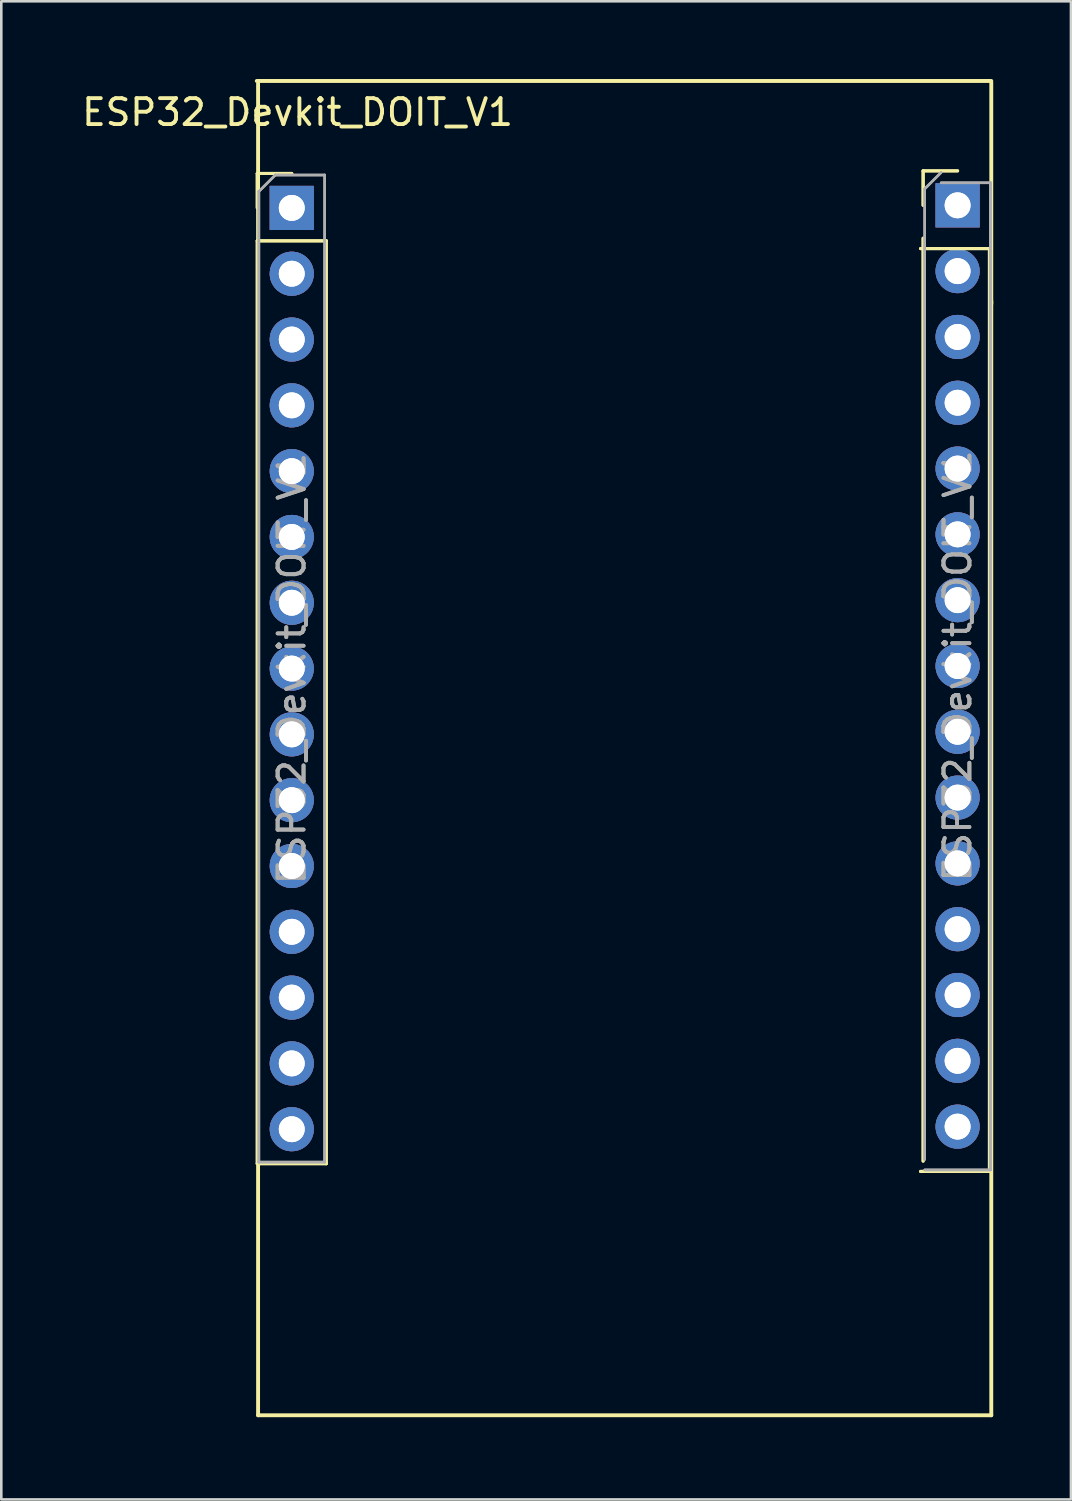
<source format=kicad_pcb>
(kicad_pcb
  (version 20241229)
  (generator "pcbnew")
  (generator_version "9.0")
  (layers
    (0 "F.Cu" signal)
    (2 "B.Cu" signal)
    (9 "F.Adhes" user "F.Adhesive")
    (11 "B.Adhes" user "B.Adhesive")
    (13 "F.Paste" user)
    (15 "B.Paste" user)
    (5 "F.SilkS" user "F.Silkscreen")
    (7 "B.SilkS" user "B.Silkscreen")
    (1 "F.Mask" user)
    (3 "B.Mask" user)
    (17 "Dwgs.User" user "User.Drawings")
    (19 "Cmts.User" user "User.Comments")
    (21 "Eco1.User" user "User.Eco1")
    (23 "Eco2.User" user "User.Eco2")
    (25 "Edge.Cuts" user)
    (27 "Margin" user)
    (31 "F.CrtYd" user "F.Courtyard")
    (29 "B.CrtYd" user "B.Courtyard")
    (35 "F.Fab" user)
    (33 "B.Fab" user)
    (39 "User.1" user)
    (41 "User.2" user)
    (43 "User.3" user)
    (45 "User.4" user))
  (footprint "ESP32_Devkit_DOIT_V1"
    (layer "F.Cu")
    (at 6.911 51.575)
    (property "Reference" "ESP32_Devkit_DOIT_V1" (at 1.524 -50.292 180) (layer "F.SilkS") (effects (font (size 1 1) (thickness 0.15))))
    (attr through_hole)
    (fp_line (start -0.03 -47.93) (end 1.3 -47.93) (stroke (width 0.12) (type solid)) (layer "F.SilkS"))
    (fp_line (start -0.03 -47.93) (end 1.3 -47.93) (stroke (width 0.12) (type solid)) (layer "F.SilkS"))
    (fp_line (start -0.03 -46.6) (end -0.03 -47.93) (stroke (width 0.12) (type solid)) (layer "F.SilkS"))
    (fp_line (start -0.03 -46.6) (end -0.03 -47.93) (stroke (width 0.12) (type solid)) (layer "F.SilkS"))
    (fp_line (start -0.03 -45.33) (end -0.03 -9.71) (stroke (width 0.12) (type solid)) (layer "F.SilkS"))
    (fp_line (start -0.03 -45.33) (end -0.03 -9.71) (stroke (width 0.12) (type solid)) (layer "F.SilkS"))
    (fp_line (start -0.03 -45.33) (end 2.63 -45.33) (stroke (width 0.12) (type solid)) (layer "F.SilkS"))
    (fp_line (start -0.03 -45.33) (end 2.63 -45.33) (stroke (width 0.12) (type solid)) (layer "F.SilkS"))
    (fp_line (start -0.03 -9.71) (end 2.63 -9.71) (stroke (width 0.12) (type solid)) (layer "F.SilkS"))
    (fp_line (start -0.03 -9.71) (end 2.63 -9.71) (stroke (width 0.12) (type solid)) (layer "F.SilkS"))
    (fp_line (start 0 -51.4) (end 0 0) (stroke (width 0.15) (type solid)) (layer "F.SilkS"))
    (fp_line (start 0 0) (end 28.3 0) (stroke (width 0.15) (type solid)) (layer "F.SilkS"))
    (fp_line (start 2.63 -45.33) (end 2.63 -9.71) (stroke (width 0.12) (type solid)) (layer "F.SilkS"))
    (fp_line (start 2.63 -45.33) (end 2.63 -9.71) (stroke (width 0.12) (type solid)) (layer "F.SilkS"))
    (fp_line (start 25.57 -45.03) (end 28.23 -45.03) (stroke (width 0.12) (type solid)) (layer "F.SilkS"))
    (fp_line (start 25.57 -45.03) (end 28.23 -45.03) (stroke (width 0.12) (type solid)) (layer "F.SilkS"))
    (fp_line (start 25.57 -9.41) (end 28.23 -9.41) (stroke (width 0.12) (type solid)) (layer "F.SilkS"))
    (fp_line (start 25.57 -9.41) (end 28.23 -9.41) (stroke (width 0.12) (type solid)) (layer "F.SilkS"))
    (fp_line (start 25.67 -48.03) (end 27 -48.03) (stroke (width 0.12) (type solid)) (layer "F.SilkS"))
    (fp_line (start 25.67 -48.03) (end 27 -48.03) (stroke (width 0.12) (type solid)) (layer "F.SilkS"))
    (fp_line (start 25.67 -46.7) (end 25.67 -48.03) (stroke (width 0.12) (type solid)) (layer "F.SilkS"))
    (fp_line (start 25.67 -46.7) (end 25.67 -48.03) (stroke (width 0.12) (type solid)) (layer "F.SilkS"))
    (fp_line (start 25.67 -45.43) (end 25.67 -9.81) (stroke (width 0.12) (type solid)) (layer "F.SilkS"))
    (fp_line (start 25.67 -45.43) (end 25.67 -9.81) (stroke (width 0.12) (type solid)) (layer "F.SilkS"))
    (fp_line (start 28.23 -45.03) (end 28.23 -9.41) (stroke (width 0.12) (type solid)) (layer "F.SilkS"))
    (fp_line (start 28.23 -45.03) (end 28.23 -9.41) (stroke (width 0.12) (type solid)) (layer "F.SilkS"))
    (fp_line (start 28.3 -51.5) (end -0.05 -51.5) (stroke (width 0.15) (type solid)) (layer "F.SilkS"))
    (fp_line (start 28.3 -42.9) (end 28.3 -51.45) (stroke (width 0.15) (type solid)) (layer "F.SilkS"))
    (fp_line (start 28.3 0) (end 28.3 -43) (stroke (width 0.15) (type solid)) (layer "F.SilkS"))
    (fp_line (start 0.03 -47.235) (end 0.665 -47.87) (stroke (width 0.1) (type solid)) (layer "F.Fab"))
    (fp_line (start 0.03 -47.235) (end 0.665 -47.87) (stroke (width 0.1) (type solid)) (layer "F.Fab"))
    (fp_line (start 0.03 -9.77) (end 0.03 -47.235) (stroke (width 0.1) (type solid)) (layer "F.Fab"))
    (fp_line (start 0.03 -9.77) (end 0.03 -47.235) (stroke (width 0.1) (type solid)) (layer "F.Fab"))
    (fp_line (start 0.665 -47.87) (end 2.57 -47.87) (stroke (width 0.1) (type solid)) (layer "F.Fab"))
    (fp_line (start 0.665 -47.87) (end 2.57 -47.87) (stroke (width 0.1) (type solid)) (layer "F.Fab"))
    (fp_line (start 2.57 -47.87) (end 2.57 -9.77) (stroke (width 0.1) (type solid)) (layer "F.Fab"))
    (fp_line (start 2.57 -47.87) (end 2.57 -9.77) (stroke (width 0.1) (type solid)) (layer "F.Fab"))
    (fp_line (start 2.57 -9.77) (end 0.03 -9.77) (stroke (width 0.1) (type solid)) (layer "F.Fab"))
    (fp_line (start 2.57 -9.77) (end 0.03 -9.77) (stroke (width 0.1) (type solid)) (layer "F.Fab"))
    (fp_line (start 25.73 -47.335) (end 26.365 -47.97) (stroke (width 0.1) (type solid)) (layer "F.Fab"))
    (fp_line (start 25.73 -47.335) (end 26.365 -47.97) (stroke (width 0.1) (type solid)) (layer "F.Fab"))
    (fp_line (start 25.73 -9.87) (end 25.73 -47.335) (stroke (width 0.1) (type solid)) (layer "F.Fab"))
    (fp_line (start 25.73 -9.87) (end 25.73 -47.335) (stroke (width 0.1) (type solid)) (layer "F.Fab"))
    (fp_line (start 26.365 -47.57) (end 28.27 -47.57) (stroke (width 0.1) (type solid)) (layer "F.Fab"))
    (fp_line (start 26.365 -47.57) (end 28.27 -47.57) (stroke (width 0.1) (type solid)) (layer "F.Fab"))
    (fp_line (start 28.27 -47.57) (end 28.27 -9.47) (stroke (width 0.1) (type solid)) (layer "F.Fab"))
    (fp_line (start 28.27 -47.57) (end 28.27 -9.47) (stroke (width 0.1) (type solid)) (layer "F.Fab"))
    (fp_line (start 28.27 -9.47) (end 25.73 -9.47) (stroke (width 0.1) (type solid)) (layer "F.Fab"))
    (fp_line (start 28.27 -9.47) (end 25.73 -9.47) (stroke (width 0.1) (type solid)) (layer "F.Fab"))
    (fp_text user "${REFERENCE}" (at 27 -28.92 90) (layer "F.Fab") (effects (font (size 1 1) (thickness 0.15))))
    (fp_text user "${REFERENCE}" (at 1.3 -28.82 90) (layer "F.Fab") (effects (font (size 1 1) (thickness 0.15))))
    (fp_text user "${REFERENCE}" (at 1.3 -28.82 90) (layer "F.Fab") (effects (font (size 1 1) (thickness 0.15))))
    (fp_text user "${REFERENCE}" (at 27 -28.92 90) (layer "F.Fab") (effects (font (size 1 1) (thickness 0.15))))
    (pad "1" thru_hole rect (at 1.3 -46.6) (size 1.7 1.7) (drill 1) (layers "*.Cu" "*.Mask"))
    (pad "1" thru_hole rect (at 1.3 -46.6) (size 1.7 1.7) (drill 1) (layers "*.Cu" "*.Mask"))
    (pad "2" thru_hole oval (at 1.3 -44.06) (size 1.7 1.7) (drill 1) (layers "*.Cu" "*.Mask"))
    (pad "2" thru_hole oval (at 1.3 -44.06) (size 1.7 1.7) (drill 1) (layers "*.Cu" "*.Mask"))
    (pad "3" thru_hole oval (at 1.3 -41.52) (size 1.7 1.7) (drill 1) (layers "*.Cu" "*.Mask"))
    (pad "3" thru_hole oval (at 1.3 -41.52) (size 1.7 1.7) (drill 1) (layers "*.Cu" "*.Mask"))
    (pad "4" thru_hole oval (at 1.3 -38.98) (size 1.7 1.7) (drill 1) (layers "*.Cu" "*.Mask"))
    (pad "4" thru_hole oval (at 1.3 -38.98) (size 1.7 1.7) (drill 1) (layers "*.Cu" "*.Mask"))
    (pad "5" thru_hole oval (at 1.3 -36.44) (size 1.7 1.7) (drill 1) (layers "*.Cu" "*.Mask"))
    (pad "5" thru_hole oval (at 1.3 -36.44) (size 1.7 1.7) (drill 1) (layers "*.Cu" "*.Mask"))
    (pad "6" thru_hole oval (at 1.3 -33.9) (size 1.7 1.7) (drill 1) (layers "*.Cu" "*.Mask"))
    (pad "6" thru_hole oval (at 1.3 -33.9) (size 1.7 1.7) (drill 1) (layers "*.Cu" "*.Mask"))
    (pad "7" thru_hole oval (at 1.3 -31.36) (size 1.7 1.7) (drill 1) (layers "*.Cu" "*.Mask"))
    (pad "7" thru_hole oval (at 1.3 -31.36) (size 1.7 1.7) (drill 1) (layers "*.Cu" "*.Mask"))
    (pad "8" thru_hole oval (at 1.3 -28.82) (size 1.7 1.7) (drill 1) (layers "*.Cu" "*.Mask"))
    (pad "8" thru_hole oval (at 1.3 -28.82) (size 1.7 1.7) (drill 1) (layers "*.Cu" "*.Mask"))
    (pad "9" thru_hole oval (at 1.3 -26.28) (size 1.7 1.7) (drill 1) (layers "*.Cu" "*.Mask"))
    (pad "9" thru_hole oval (at 1.3 -26.28) (size 1.7 1.7) (drill 1) (layers "*.Cu" "*.Mask"))
    (pad "10" thru_hole oval (at 1.3 -23.74) (size 1.7 1.7) (drill 1) (layers "*.Cu" "*.Mask"))
    (pad "10" thru_hole oval (at 1.3 -23.74) (size 1.7 1.7) (drill 1) (layers "*.Cu" "*.Mask"))
    (pad "11" thru_hole oval (at 1.3 -21.2) (size 1.7 1.7) (drill 1) (layers "*.Cu" "*.Mask"))
    (pad "11" thru_hole oval (at 1.3 -21.2) (size 1.7 1.7) (drill 1) (layers "*.Cu" "*.Mask"))
    (pad "12" thru_hole oval (at 1.3 -18.66) (size 1.7 1.7) (drill 1) (layers "*.Cu" "*.Mask"))
    (pad "12" thru_hole oval (at 1.3 -18.66) (size 1.7 1.7) (drill 1) (layers "*.Cu" "*.Mask"))
    (pad "13" thru_hole oval (at 1.3 -16.12) (size 1.7 1.7) (drill 1) (layers "*.Cu" "*.Mask"))
    (pad "13" thru_hole oval (at 1.3 -16.12) (size 1.7 1.7) (drill 1) (layers "*.Cu" "*.Mask"))
    (pad "14" thru_hole oval (at 1.3 -13.58) (size 1.7 1.7) (drill 1) (layers "*.Cu" "*.Mask"))
    (pad "14" thru_hole oval (at 1.3 -13.58) (size 1.7 1.7) (drill 1) (layers "*.Cu" "*.Mask"))
    (pad "15" thru_hole oval (at 1.3 -11.04) (size 1.7 1.7) (drill 1) (layers "*.Cu" "*.Mask"))
    (pad "15" thru_hole oval (at 1.3 -11.04) (size 1.7 1.7) (drill 1) (layers "*.Cu" "*.Mask"))
    (pad "16" thru_hole oval (at 27 -11.14) (size 1.7 1.7) (drill 1) (layers "*.Cu" "*.Mask"))
    (pad "16" thru_hole oval (at 27 -11.14) (size 1.7 1.7) (drill 1) (layers "*.Cu" "*.Mask"))
    (pad "17" thru_hole oval (at 27 -13.68) (size 1.7 1.7) (drill 1) (layers "*.Cu" "*.Mask"))
    (pad "17" thru_hole oval (at 27 -13.68) (size 1.7 1.7) (drill 1) (layers "*.Cu" "*.Mask"))
    (pad "18" thru_hole oval (at 27 -16.22) (size 1.7 1.7) (drill 1) (layers "*.Cu" "*.Mask"))
    (pad "18" thru_hole oval (at 27 -16.22) (size 1.7 1.7) (drill 1) (layers "*.Cu" "*.Mask"))
    (pad "19" thru_hole oval (at 27 -18.76) (size 1.7 1.7) (drill 1) (layers "*.Cu" "*.Mask"))
    (pad "19" thru_hole oval (at 27 -18.76) (size 1.7 1.7) (drill 1) (layers "*.Cu" "*.Mask"))
    (pad "20" thru_hole oval (at 27 -21.3) (size 1.7 1.7) (drill 1) (layers "*.Cu" "*.Mask"))
    (pad "20" thru_hole oval (at 27 -21.3) (size 1.7 1.7) (drill 1) (layers "*.Cu" "*.Mask"))
    (pad "21" thru_hole oval (at 27 -23.84) (size 1.7 1.7) (drill 1) (layers "*.Cu" "*.Mask"))
    (pad "21" thru_hole oval (at 27 -23.84) (size 1.7 1.7) (drill 1) (layers "*.Cu" "*.Mask"))
    (pad "22" thru_hole oval (at 27 -26.38) (size 1.7 1.7) (drill 1) (layers "*.Cu" "*.Mask"))
    (pad "22" thru_hole oval (at 27 -26.38) (size 1.7 1.7) (drill 1) (layers "*.Cu" "*.Mask"))
    (pad "23" thru_hole oval (at 27 -28.92) (size 1.7 1.7) (drill 1) (layers "*.Cu" "*.Mask"))
    (pad "23" thru_hole oval (at 27 -28.92) (size 1.7 1.7) (drill 1) (layers "*.Cu" "*.Mask"))
    (pad "24" thru_hole oval (at 27 -31.46) (size 1.7 1.7) (drill 1) (layers "*.Cu" "*.Mask"))
    (pad "24" thru_hole oval (at 27 -31.46) (size 1.7 1.7) (drill 1) (layers "*.Cu" "*.Mask"))
    (pad "25" thru_hole oval (at 27 -34) (size 1.7 1.7) (drill 1) (layers "*.Cu" "*.Mask"))
    (pad "25" thru_hole oval (at 27 -34) (size 1.7 1.7) (drill 1) (layers "*.Cu" "*.Mask"))
    (pad "26" thru_hole oval (at 27 -36.54) (size 1.7 1.7) (drill 1) (layers "*.Cu" "*.Mask"))
    (pad "26" thru_hole oval (at 27 -36.54) (size 1.7 1.7) (drill 1) (layers "*.Cu" "*.Mask"))
    (pad "27" thru_hole oval (at 27 -39.08) (size 1.7 1.7) (drill 1) (layers "*.Cu" "*.Mask"))
    (pad "27" thru_hole oval (at 27 -39.08) (size 1.7 1.7) (drill 1) (layers "*.Cu" "*.Mask"))
    (pad "28" thru_hole oval (at 27 -41.62) (size 1.7 1.7) (drill 1) (layers "*.Cu" "*.Mask"))
    (pad "28" thru_hole oval (at 27 -41.62) (size 1.7 1.7) (drill 1) (layers "*.Cu" "*.Mask"))
    (pad "29" thru_hole oval (at 27 -44.16) (size 1.7 1.7) (drill 1) (layers "*.Cu" "*.Mask"))
    (pad "29" thru_hole oval (at 27 -44.16) (size 1.7 1.7) (drill 1) (layers "*.Cu" "*.Mask"))
    (pad "30" thru_hole rect (at 27 -46.7) (size 1.7 1.7) (drill 1) (layers "*.Cu" "*.Mask"))
    (pad "30" thru_hole rect (at 27 -46.7) (size 1.7 1.7) (drill 1) (layers "*.Cu" "*.Mask")))
  (gr_rect
    (start -3 -3)
    (end 38.286 54.825)
    (stroke (width 0.1) (type default))
    (fill no)
    (layer "Edge.Cuts")))
</source>
